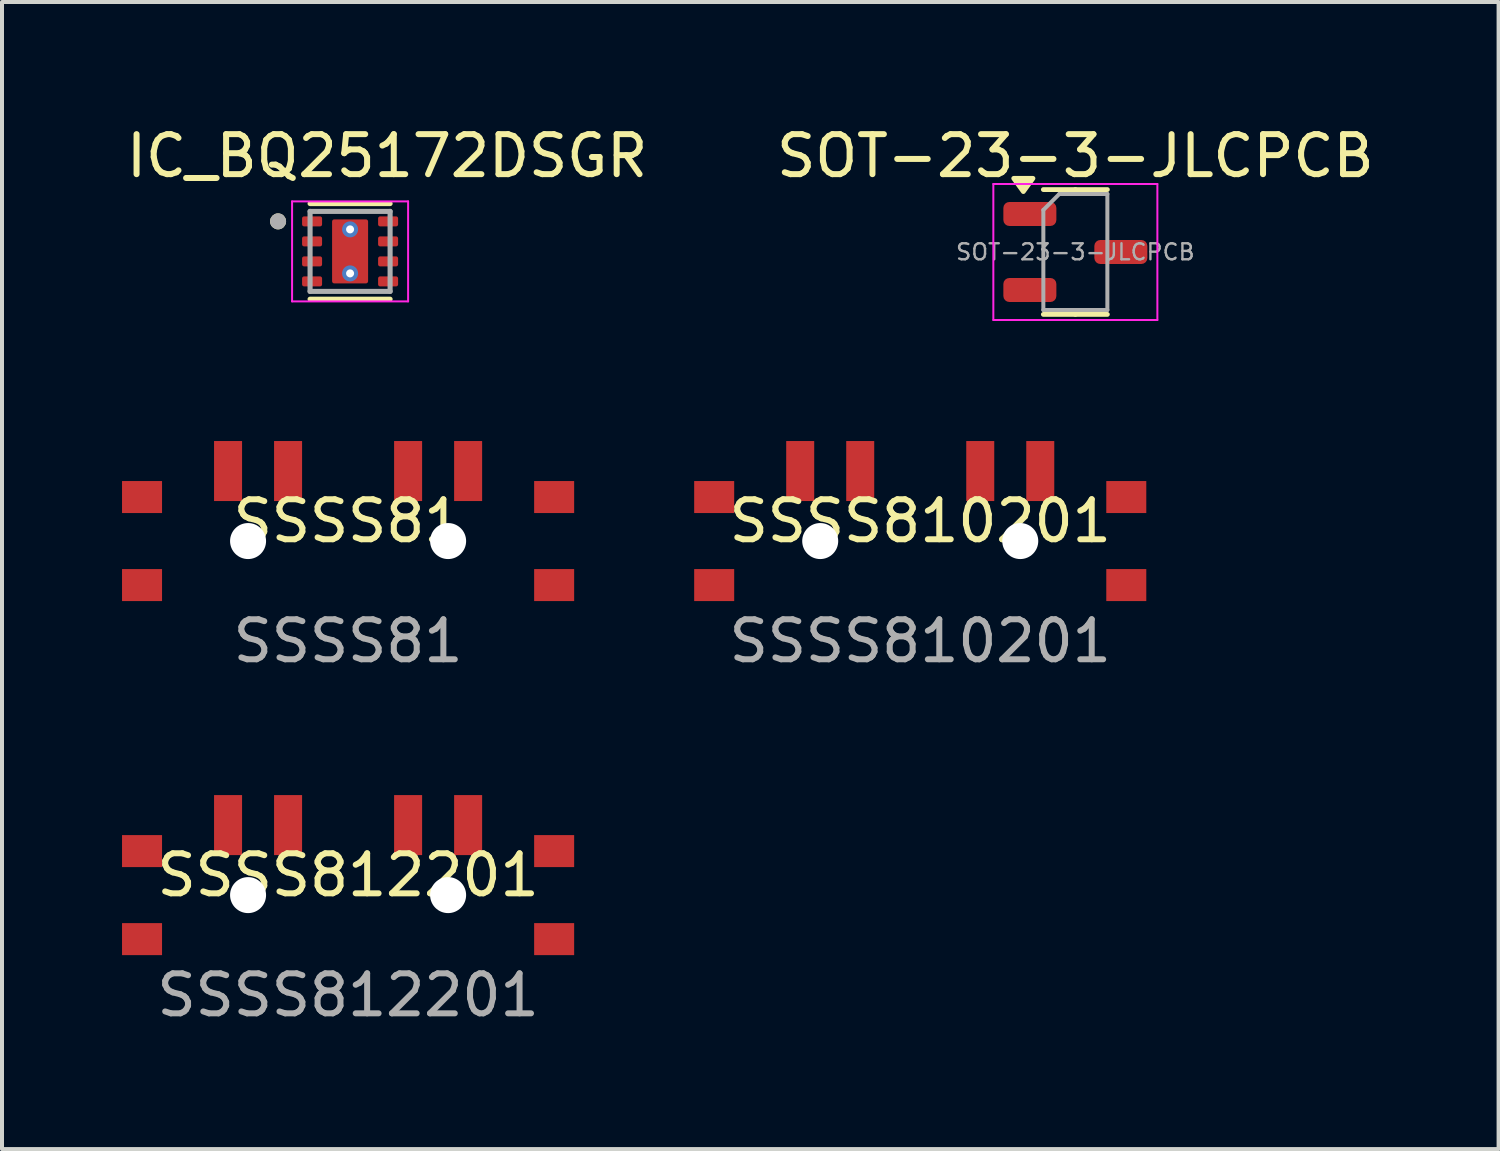
<source format=kicad_pcb>
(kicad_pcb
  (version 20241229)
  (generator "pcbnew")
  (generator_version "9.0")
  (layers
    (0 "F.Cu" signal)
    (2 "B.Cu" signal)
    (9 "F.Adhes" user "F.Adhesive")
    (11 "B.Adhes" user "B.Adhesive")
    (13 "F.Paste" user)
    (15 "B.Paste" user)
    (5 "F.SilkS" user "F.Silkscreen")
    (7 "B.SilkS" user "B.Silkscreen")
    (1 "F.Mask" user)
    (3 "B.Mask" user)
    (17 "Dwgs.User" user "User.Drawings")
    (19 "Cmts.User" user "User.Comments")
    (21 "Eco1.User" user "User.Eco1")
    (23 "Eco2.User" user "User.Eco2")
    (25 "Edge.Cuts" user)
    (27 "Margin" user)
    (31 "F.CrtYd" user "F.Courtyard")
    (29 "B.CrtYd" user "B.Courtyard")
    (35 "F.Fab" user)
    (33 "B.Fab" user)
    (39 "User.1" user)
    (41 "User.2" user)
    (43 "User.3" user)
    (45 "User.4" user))
  (footprint "SOT-23-3-JLCPCB"
    (layer "F.Cu")
    (at 23.827 3.248)
    (property "Reference" "SOT-23-3-JLCPCB" (at 0 -2.4 0) (layer "F.SilkS") (effects (font (size 1 1) (thickness 0.15))))
    (attr smd)
    (fp_line (start 0 -1.56) (end -0.8 -1.56) (stroke (width 0.12) (type solid)) (layer "F.SilkS"))
    (fp_line (start 0 -1.56) (end 0.8 -1.56) (stroke (width 0.12) (type solid)) (layer "F.SilkS"))
    (fp_line (start 0 1.56) (end -0.8 1.56) (stroke (width 0.12) (type solid)) (layer "F.SilkS"))
    (fp_line (start 0 1.56) (end 0.8 1.56) (stroke (width 0.12) (type solid)) (layer "F.SilkS"))
    (fp_poly (pts (xy -1.3 -1.51) (xy -1.54 -1.84) (xy -1.06 -1.84) (xy -1.3 -1.51)) (stroke (width 0.12) (type solid)) (fill yes) (layer "F.SilkS"))
    (fp_line (start -2.05 -1.7) (end -2.05 1.7) (stroke (width 0.05) (type solid)) (layer "F.CrtYd"))
    (fp_line (start -2.05 1.7) (end 2.05 1.7) (stroke (width 0.05) (type solid)) (layer "F.CrtYd"))
    (fp_line (start 2.05 -1.7) (end -2.05 -1.7) (stroke (width 0.05) (type solid)) (layer "F.CrtYd"))
    (fp_line (start 2.05 1.7) (end 2.05 -1.7) (stroke (width 0.05) (type solid)) (layer "F.CrtYd"))
    (fp_line (start -0.8 -1.05) (end -0.4 -1.45) (stroke (width 0.1) (type solid)) (layer "F.Fab"))
    (fp_line (start -0.8 1.45) (end -0.8 -1.05) (stroke (width 0.1) (type solid)) (layer "F.Fab"))
    (fp_line (start -0.4 -1.45) (end 0.8 -1.45) (stroke (width 0.1) (type solid)) (layer "F.Fab"))
    (fp_line (start 0.8 -1.45) (end 0.8 1.45) (stroke (width 0.1) (type solid)) (layer "F.Fab"))
    (fp_line (start 0.8 1.45) (end -0.8 1.45) (stroke (width 0.1) (type solid)) (layer "F.Fab"))
    (fp_text user "${REFERENCE}" (at 0 0 0) (layer "F.Fab") (effects (font (size 0.4 0.4) (thickness 0.06))))
    (pad "1" smd roundrect (at 1.137 0) (size 1.325 0.6) (layers "F.Cu" "F.Mask" "F.Paste") (roundrect_rratio 0.25))
    (pad "2" smd roundrect (at -1.137 -0.95) (size 1.325 0.6) (layers "F.Cu" "F.Mask" "F.Paste") (roundrect_rratio 0.25))
    (pad "3" smd roundrect (at -1.137 0.95) (size 1.325 0.6) (layers "F.Cu" "F.Mask" "F.Paste") (roundrect_rratio 0.25)))
  (footprint "SSSS810201"
    (layer "F.Cu")
    (at 19.95 10.473)
    (property "Reference" "SSSS810201" (at 0 -0.5 0) (unlocked yes) (layer "F.SilkS") (effects (font (size 1 1) (thickness 0.15))))
    (attr smd)
    (fp_text user "${REFERENCE}" (at 0 2.5 0) (unlocked yes) (layer "F.Fab") (effects (font (size 1 1) (thickness 0.15))))
    (pad "" smd rect (at -5.15 -1.1) (size 1 0.8) (layers "F.Cu" "F.Mask" "F.Paste"))
    (pad "" smd rect (at -5.15 1.1) (size 1 0.8) (layers "F.Cu" "F.Mask" "F.Paste"))
    (pad "" np_thru_hole circle (at -2.5 0) (size 0.9 0.9) (drill 0.9) (layers "*.Cu" "*.Mask"))
    (pad "" np_thru_hole circle (at 2.5 0) (size 0.9 0.9) (drill 0.9) (layers "*.Cu" "*.Mask"))
    (pad "" smd rect (at 5.15 -1.1) (size 1 0.8) (layers "F.Cu" "F.Mask" "F.Paste"))
    (pad "" smd rect (at 5.15 1.1) (size 1 0.8) (layers "F.Cu" "F.Mask" "F.Paste"))
    (pad "1" smd rect (at -3 -1.75) (size 0.7 1.5) (layers "F.Cu" "F.Mask" "F.Paste"))
    (pad "2" smd rect (at -1.5 -1.75) (size 0.7 1.5) (layers "F.Cu" "F.Mask" "F.Paste"))
    (pad "2" smd rect (at 1.5 -1.75) (size 0.7 1.5) (layers "F.Cu" "F.Mask" "F.Paste"))
    (pad "3" smd rect (at 3 -1.75) (size 0.7 1.5) (layers "F.Cu" "F.Mask" "F.Paste")))
  (footprint "SSSS812201"
    (layer "F.Cu")
    (at 5.65 19.322)
    (property "Reference" "SSSS812201" (at 0 -0.5 0) (unlocked yes) (layer "F.SilkS") (effects (font (size 1 1) (thickness 0.15))))
    (attr smd)
    (fp_text user "${REFERENCE}" (at 0 2.5 0) (unlocked yes) (layer "F.Fab") (effects (font (size 1 1) (thickness 0.15))))
    (pad "" smd rect (at -5.15 -1.1) (size 1 0.8) (layers "F.Cu" "F.Mask" "F.Paste"))
    (pad "" smd rect (at -5.15 1.1) (size 1 0.8) (layers "F.Cu" "F.Mask" "F.Paste"))
    (pad "" np_thru_hole circle (at -2.5 0) (size 0.9 0.9) (drill 0.9) (layers "*.Cu" "*.Mask"))
    (pad "" np_thru_hole circle (at 2.5 0) (size 0.9 0.9) (drill 0.9) (layers "*.Cu" "*.Mask"))
    (pad "" smd rect (at 5.15 -1.1) (size 1 0.8) (layers "F.Cu" "F.Mask" "F.Paste"))
    (pad "" smd rect (at 5.15 1.1) (size 1 0.8) (layers "F.Cu" "F.Mask" "F.Paste"))
    (pad "1" smd rect (at -3 -1.75) (size 0.7 1.5) (layers "F.Cu" "F.Mask" "F.Paste"))
    (pad "2" smd rect (at -1.5 -1.75) (size 0.7 1.5) (layers "F.Cu" "F.Mask" "F.Paste"))
    (pad "3" smd rect (at 1.5 -1.75) (size 0.7 1.5) (layers "F.Cu" "F.Mask" "F.Paste"))
    (pad "4" smd rect (at 3 -1.75) (size 0.7 1.5) (layers "F.Cu" "F.Mask" "F.Paste")))
  (footprint "IC_BQ25172DSGR"
    (layer "F.Cu")
    (at 5.7 3.233)
    (property "Reference" "IC_BQ25172DSGR" (at 0.925 -2.385 0) (layer "F.SilkS") (effects (font (size 1 1) (thickness 0.15))))
    (attr smd)
    (fp_line (start -1 -1.195) (end 1 -1.195) (stroke (width 0.127) (type solid)) (layer "F.SilkS"))
    (fp_line (start -1 1.195) (end 1 1.195) (stroke (width 0.127) (type solid)) (layer "F.SilkS"))
    (fp_circle (center -1.8 -0.75) (end -1.7 -0.75) (stroke (width 0.2) (type solid)) (fill no) (layer "F.SilkS"))
    (fp_poly (pts (xy 0.45 -0.75) (xy 0.45 -0.15) (xy 0.45 -0.147) (xy 0.45 -0.145) (xy 0.449 -0.142) (xy 0.449 -0.14) (xy 0.448 -0.137) (xy 0.448 -0.135) (xy 0.447 -0.132) (xy 0.446 -0.13) (xy 0.445 -0.127) (xy 0.443 -0.125) (xy 0.442 -0.123) (xy 0.44 -0.121) (xy 0.439 -0.119) (xy 0.437 -0.117) (xy 0.435 -0.115) (xy 0.433 -0.113) (xy 0.431 -0.111) (xy 0.429 -0.11) (xy 0.427 -0.108) (xy 0.425 -0.107) (xy 0.423 -0.105) (xy 0.42 -0.104) (xy 0.418 -0.103) (xy 0.415 -0.102) (xy 0.413 -0.102) (xy 0.41 -0.101) (xy 0.408 -0.101) (xy 0.405 -0.1) (xy 0.403 -0.1) (xy 0.4 -0.1) (xy -0.4 -0.1) (xy -0.403 -0.1) (xy -0.405 -0.1) (xy -0.408 -0.101) (xy -0.41 -0.101) (xy -0.413 -0.102) (xy -0.415 -0.102) (xy -0.418 -0.103) (xy -0.42 -0.104) (xy -0.423 -0.105) (xy -0.425 -0.107) (xy -0.427 -0.108) (xy -0.429 -0.11) (xy -0.431 -0.111) (xy -0.433 -0.113) (xy -0.435 -0.115) (xy -0.437 -0.117) (xy -0.439 -0.119) (xy -0.44 -0.121) (xy -0.442 -0.123) (xy -0.443 -0.125) (xy -0.445 -0.127) (xy -0.446 -0.13) (xy -0.447 -0.132) (xy -0.448 -0.135) (xy -0.448 -0.137) (xy -0.449 -0.14) (xy -0.449 -0.142) (xy -0.45 -0.145) (xy -0.45 -0.147) (xy -0.45 -0.15) (xy -0.45 -0.75) (xy -0.45 -0.753) (xy -0.45 -0.755) (xy -0.449 -0.758) (xy -0.449 -0.76) (xy -0.448 -0.763) (xy -0.448 -0.765) (xy -0.447 -0.768) (xy -0.446 -0.77) (xy -0.445 -0.773) (xy -0.443 -0.775) (xy -0.442 -0.777) (xy -0.44 -0.779) (xy -0.439 -0.781) (xy -0.437 -0.783) (xy -0.435 -0.785) (xy -0.433 -0.787) (xy -0.431 -0.789) (xy -0.429 -0.79) (xy -0.427 -0.792) (xy -0.425 -0.793) (xy -0.423 -0.795) (xy -0.42 -0.796) (xy -0.418 -0.797) (xy -0.415 -0.798) (xy -0.413 -0.798) (xy -0.41 -0.799) (xy -0.408 -0.799) (xy -0.405 -0.8) (xy -0.403 -0.8) (xy -0.4 -0.8) (xy 0.4 -0.8) (xy 0.403 -0.8) (xy 0.405 -0.8) (xy 0.408 -0.799) (xy 0.41 -0.799) (xy 0.413 -0.798) (xy 0.415 -0.798) (xy 0.418 -0.797) (xy 0.42 -0.796) (xy 0.423 -0.795) (xy 0.425 -0.793) (xy 0.427 -0.792) (xy 0.429 -0.79) (xy 0.431 -0.789) (xy 0.433 -0.787) (xy 0.435 -0.785) (xy 0.437 -0.783) (xy 0.439 -0.781) (xy 0.44 -0.779) (xy 0.442 -0.777) (xy 0.443 -0.775) (xy 0.445 -0.773) (xy 0.446 -0.77) (xy 0.447 -0.768) (xy 0.448 -0.765) (xy 0.448 -0.763) (xy 0.449 -0.76) (xy 0.449 -0.758) (xy 0.45 -0.755) (xy 0.45 -0.753) (xy 0.45 -0.75)) (stroke (width 0.01) (type solid)) (fill yes) (layer "F.Paste"))
    (fp_poly (pts (xy 0.45 0.15) (xy 0.45 0.75) (xy 0.45 0.753) (xy 0.45 0.755) (xy 0.449 0.758) (xy 0.449 0.76) (xy 0.448 0.763) (xy 0.448 0.765) (xy 0.447 0.768) (xy 0.446 0.77) (xy 0.445 0.773) (xy 0.443 0.775) (xy 0.442 0.777) (xy 0.44 0.779) (xy 0.439 0.781) (xy 0.437 0.783) (xy 0.435 0.785) (xy 0.433 0.787) (xy 0.431 0.789) (xy 0.429 0.79) (xy 0.427 0.792) (xy 0.425 0.793) (xy 0.423 0.795) (xy 0.42 0.796) (xy 0.418 0.797) (xy 0.415 0.798) (xy 0.413 0.798) (xy 0.41 0.799) (xy 0.408 0.799) (xy 0.405 0.8) (xy 0.403 0.8) (xy 0.4 0.8) (xy -0.4 0.8) (xy -0.403 0.8) (xy -0.405 0.8) (xy -0.408 0.799) (xy -0.41 0.799) (xy -0.413 0.798) (xy -0.415 0.798) (xy -0.418 0.797) (xy -0.42 0.796) (xy -0.423 0.795) (xy -0.425 0.793) (xy -0.427 0.792) (xy -0.429 0.79) (xy -0.431 0.789) (xy -0.433 0.787) (xy -0.435 0.785) (xy -0.437 0.783) (xy -0.439 0.781) (xy -0.44 0.779) (xy -0.442 0.777) (xy -0.443 0.775) (xy -0.445 0.773) (xy -0.446 0.77) (xy -0.447 0.768) (xy -0.448 0.765) (xy -0.448 0.763) (xy -0.449 0.76) (xy -0.449 0.758) (xy -0.45 0.755) (xy -0.45 0.753) (xy -0.45 0.75) (xy -0.45 0.15) (xy -0.45 0.147) (xy -0.45 0.145) (xy -0.449 0.142) (xy -0.449 0.14) (xy -0.448 0.137) (xy -0.448 0.135) (xy -0.447 0.132) (xy -0.446 0.13) (xy -0.445 0.127) (xy -0.443 0.125) (xy -0.442 0.123) (xy -0.44 0.121) (xy -0.439 0.119) (xy -0.437 0.117) (xy -0.435 0.115) (xy -0.433 0.113) (xy -0.431 0.111) (xy -0.429 0.11) (xy -0.427 0.108) (xy -0.425 0.107) (xy -0.423 0.105) (xy -0.42 0.104) (xy -0.418 0.103) (xy -0.415 0.102) (xy -0.413 0.102) (xy -0.41 0.101) (xy -0.408 0.101) (xy -0.405 0.1) (xy -0.403 0.1) (xy -0.4 0.1) (xy 0.4 0.1) (xy 0.403 0.1) (xy 0.405 0.1) (xy 0.408 0.101) (xy 0.41 0.101) (xy 0.413 0.102) (xy 0.415 0.102) (xy 0.418 0.103) (xy 0.42 0.104) (xy 0.423 0.105) (xy 0.425 0.107) (xy 0.427 0.108) (xy 0.429 0.11) (xy 0.431 0.111) (xy 0.433 0.113) (xy 0.435 0.115) (xy 0.437 0.117) (xy 0.439 0.119) (xy 0.44 0.121) (xy 0.442 0.123) (xy 0.443 0.125) (xy 0.445 0.127) (xy 0.446 0.13) (xy 0.447 0.132) (xy 0.448 0.135) (xy 0.448 0.137) (xy 0.449 0.14) (xy 0.449 0.142) (xy 0.45 0.145) (xy 0.45 0.147) (xy 0.45 0.15)) (stroke (width 0.01) (type solid)) (fill yes) (layer "F.Paste"))
    (fp_line (start -1.45 -1.25) (end -1.45 1.25) (stroke (width 0.05) (type solid)) (layer "F.CrtYd"))
    (fp_line (start -1.45 -1.25) (end 1.45 -1.25) (stroke (width 0.05) (type solid)) (layer "F.CrtYd"))
    (fp_line (start -1.45 1.25) (end 1.45 1.25) (stroke (width 0.05) (type solid)) (layer "F.CrtYd"))
    (fp_line (start 1.45 -1.25) (end 1.45 1.25) (stroke (width 0.05) (type solid)) (layer "F.CrtYd"))
    (fp_line (start -1 -1) (end -1 1) (stroke (width 0.127) (type solid)) (layer "F.Fab"))
    (fp_line (start -1 -1) (end 1 -1) (stroke (width 0.127) (type solid)) (layer "F.Fab"))
    (fp_line (start -1 1) (end 1 1) (stroke (width 0.127) (type solid)) (layer "F.Fab"))
    (fp_line (start 1 -1) (end 1 1) (stroke (width 0.127) (type solid)) (layer "F.Fab"))
    (fp_circle (center -1.8 -0.75) (end -1.7 -0.75) (stroke (width 0.2) (type solid)) (fill no) (layer "F.Fab"))
    (pad "1" smd roundrect (at -0.95 -0.75) (size 0.5 0.25) (layers "F.Cu" "F.Mask" "F.Paste") (roundrect_rratio 0.2))
    (pad "2" smd roundrect (at -0.95 -0.25) (size 0.5 0.25) (layers "F.Cu" "F.Mask" "F.Paste") (roundrect_rratio 0.2))
    (pad "3" smd roundrect (at -0.95 0.25) (size 0.5 0.25) (layers "F.Cu" "F.Mask" "F.Paste") (roundrect_rratio 0.2))
    (pad "4" smd roundrect (at -0.95 0.75) (size 0.5 0.25) (layers "F.Cu" "F.Mask" "F.Paste") (roundrect_rratio 0.2))
    (pad "5" smd roundrect (at 0.95 0.75) (size 0.5 0.25) (layers "F.Cu" "F.Mask" "F.Paste") (roundrect_rratio 0.2))
    (pad "6" smd roundrect (at 0.95 0.25) (size 0.5 0.25) (layers "F.Cu" "F.Mask" "F.Paste") (roundrect_rratio 0.2))
    (pad "7" smd roundrect (at 0.95 -0.25) (size 0.5 0.25) (layers "F.Cu" "F.Mask" "F.Paste") (roundrect_rratio 0.2))
    (pad "8" smd roundrect (at 0.95 -0.75) (size 0.5 0.25) (layers "F.Cu" "F.Mask" "F.Paste") (roundrect_rratio 0.2))
    (pad "9" smd roundrect (at 0 0) (size 0.9 1.6) (layers "F.Cu" "F.Mask") (roundrect_rratio 0.06))
    (pad "10" thru_hole circle (at 0 -0.55) (size 0.4 0.4) (drill 0.2) (layers "*.Cu"))
    (pad "11" thru_hole circle (at 0 0.55) (size 0.4 0.4) (drill 0.2) (layers "*.Cu")))
  (footprint "SSSS81"
    (layer "F.Cu")
    (at 5.65 10.473)
    (property "Reference" "SSSS81" (at 0 -0.5 0) (unlocked yes) (layer "F.SilkS") (effects (font (size 1 1) (thickness 0.15))))
    (attr smd)
    (fp_text user "${REFERENCE}" (at 0 2.5 0) (unlocked yes) (layer "F.Fab") (effects (font (size 1 1) (thickness 0.15))))
    (pad "" smd rect (at -5.15 -1.1) (size 1 0.8) (layers "F.Cu" "F.Mask" "F.Paste"))
    (pad "" smd rect (at -5.15 1.1) (size 1 0.8) (layers "F.Cu" "F.Mask" "F.Paste"))
    (pad "" np_thru_hole circle (at -2.5 0) (size 0.9 0.9) (drill 0.9) (layers "*.Cu" "*.Mask"))
    (pad "" np_thru_hole circle (at 2.5 0) (size 0.9 0.9) (drill 0.9) (layers "*.Cu" "*.Mask"))
    (pad "" smd rect (at 5.15 -1.1) (size 1 0.8) (layers "F.Cu" "F.Mask" "F.Paste"))
    (pad "" smd rect (at 5.15 1.1) (size 1 0.8) (layers "F.Cu" "F.Mask" "F.Paste"))
    (pad "1" smd rect (at -3 -1.75) (size 0.7 1.5) (layers "F.Cu" "F.Mask" "F.Paste"))
    (pad "2" smd rect (at -1.5 -1.75) (size 0.7 1.5) (layers "F.Cu" "F.Mask" "F.Paste"))
    (pad "3" smd rect (at 1.5 -1.75) (size 0.7 1.5) (layers "F.Cu" "F.Mask" "F.Paste"))
    (pad "4" smd rect (at 3 -1.75) (size 0.7 1.5) (layers "F.Cu" "F.Mask" "F.Paste")))
  (gr_rect
    (start -3 -3)
    (end 34.405 25.67)
    (stroke (width 0.1) (type default))
    (fill no)
    (layer "Edge.Cuts")))
</source>
